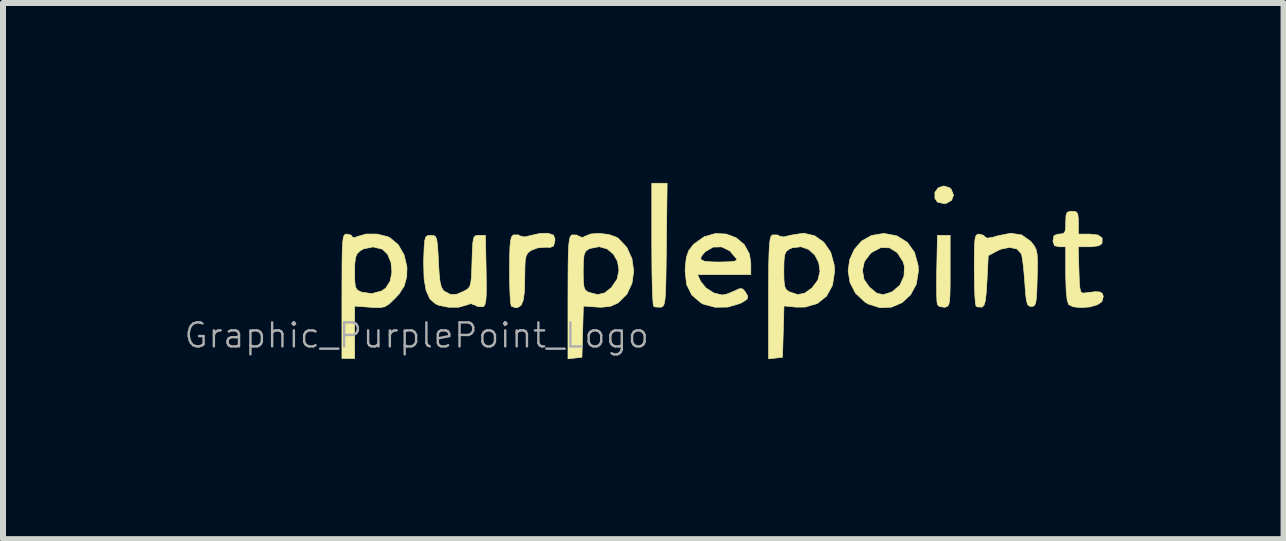
<source format=kicad_pcb>
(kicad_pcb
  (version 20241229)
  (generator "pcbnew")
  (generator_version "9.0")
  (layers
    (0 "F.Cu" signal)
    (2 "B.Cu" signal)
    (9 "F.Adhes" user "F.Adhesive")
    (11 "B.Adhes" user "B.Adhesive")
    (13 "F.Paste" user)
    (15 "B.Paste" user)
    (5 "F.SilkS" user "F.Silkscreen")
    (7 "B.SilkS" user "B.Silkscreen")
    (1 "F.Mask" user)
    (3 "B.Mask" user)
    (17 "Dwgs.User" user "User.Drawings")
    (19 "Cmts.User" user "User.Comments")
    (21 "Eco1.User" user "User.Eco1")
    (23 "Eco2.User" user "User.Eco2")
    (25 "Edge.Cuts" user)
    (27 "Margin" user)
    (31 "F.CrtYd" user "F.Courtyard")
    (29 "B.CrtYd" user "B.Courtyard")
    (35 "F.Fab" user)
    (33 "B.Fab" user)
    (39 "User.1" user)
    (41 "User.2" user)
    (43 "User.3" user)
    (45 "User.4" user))
  (footprint "Graphic_PurplePoint_Logo"
    (layer "F.Cu")
    (at 8.196 1.741)
    (property "Reference" "Graphic_PurplePoint_Logo" (at -4.3 0.8 0) (layer "F.Fab") (effects (font (size 0.4 0.4) (thickness 0.04))))
    (attr exclude_from_pos_files exclude_from_bom)
    (fp_poly (pts (xy 4.58 -1.663) (xy 4.613 -1.632) (xy 4.649 -1.537) (xy 4.616 -1.451) (xy 4.529 -1.401) (xy 4.487 -1.397) (xy 4.382 -1.421) (xy 4.339 -1.484) (xy 4.339 -1.588) (xy 4.397 -1.662) (xy 4.486 -1.691) (xy 4.58 -1.663)) (stroke (width 0.01) (type solid)) (fill yes) (layer "F.SilkS"))
    (fp_poly (pts (xy 4.593 -0.275) (xy 4.593 -0.041) (xy 4.59 0.122) (xy 4.583 0.227) (xy 4.569 0.288) (xy 4.546 0.317) (xy 4.513 0.329) (xy 4.498 0.331) (xy 4.414 0.319) (xy 4.38 0.286) (xy 4.372 0.224) (xy 4.368 0.095) (xy 4.367 -0.083) (xy 4.369 -0.291) (xy 4.37 -0.32) (xy 4.381 -0.868) (xy 4.593 -0.868) (xy 4.593 -0.275)) (stroke (width 0.01) (type solid)) (fill yes) (layer "F.SilkS"))
    (fp_poly (pts (xy -0.137 -0.709) (xy -0.141 -0.388) (xy -0.145 -0.142) (xy -0.15 0.039) (xy -0.157 0.166) (xy -0.167 0.248) (xy -0.182 0.296) (xy -0.201 0.32) (xy -0.226 0.329) (xy -0.235 0.33) (xy -0.319 0.327) (xy -0.351 0.312) (xy -0.359 0.263) (xy -0.367 0.141) (xy -0.373 -0.041) (xy -0.378 -0.271) (xy -0.38 -0.538) (xy -0.381 -0.727) (xy -0.381 -1.736) (xy -0.125 -1.736) (xy -0.137 -0.709)) (stroke (width 0.01) (type solid)) (fill yes) (layer "F.SilkS"))
    (fp_poly (pts (xy -2.104 -0.901) (xy -2.019 -0.871) (xy -1.995 -0.808) (xy -1.998 -0.767) (xy -2.017 -0.692) (xy -2.07 -0.667) (xy -2.151 -0.67) (xy -2.288 -0.658) (xy -2.395 -0.616) (xy -2.443 -0.579) (xy -2.473 -0.531) (xy -2.49 -0.455) (xy -2.496 -0.33) (xy -2.498 -0.156) (xy -2.503 0.065) (xy -2.523 0.213) (xy -2.56 0.3) (xy -2.618 0.336) (xy -2.647 0.339) (xy -2.716 0.317) (xy -2.723 0.31) (xy -2.734 0.26) (xy -2.743 0.141) (xy -2.749 -0.029) (xy -2.752 -0.234) (xy -2.752 -0.284) (xy -2.75 -0.518) (xy -2.745 -0.681) (xy -2.734 -0.785) (xy -2.717 -0.845) (xy -2.691 -0.872) (xy -2.685 -0.875) (xy -2.605 -0.875) (xy -2.577 -0.858) (xy -2.5 -0.841) (xy -2.379 -0.87) (xy -2.243 -0.9) (xy -2.117 -0.903) (xy -2.104 -0.901)) (stroke (width 0.01) (type solid)) (fill yes) (layer "F.SilkS"))
    (fp_poly (pts (xy 3.706 -0.859) (xy 3.879 -0.751) (xy 3.999 -0.584) (xy 4.059 -0.367) (xy 4.064 -0.272) (xy 4.029 -0.054) (xy 3.933 0.124) (xy 3.79 0.255) (xy 3.616 0.329) (xy 3.424 0.339) (xy 3.228 0.277) (xy 3.171 0.243) (xy 3.015 0.096) (xy 2.924 -0.08) (xy 2.893 -0.27) (xy 2.893 -0.275) (xy 3.133 -0.275) (xy 3.157 -0.134) (xy 3.243 -0.01) (xy 3.256 0.003) (xy 3.371 0.097) (xy 3.477 0.121) (xy 3.604 0.082) (xy 3.639 0.064) (xy 3.757 -0.04) (xy 3.824 -0.19) (xy 3.83 -0.354) (xy 3.808 -0.428) (xy 3.711 -0.58) (xy 3.583 -0.66) (xy 3.44 -0.664) (xy 3.294 -0.588) (xy 3.256 -0.554) (xy 3.163 -0.43) (xy 3.133 -0.292) (xy 3.133 -0.275) (xy 2.893 -0.275) (xy 2.917 -0.459) (xy 2.994 -0.631) (xy 3.117 -0.773) (xy 3.284 -0.867) (xy 3.489 -0.9) (xy 3.706 -0.859)) (stroke (width 0.01) (type solid)) (fill yes) (layer "F.SilkS"))
    (fp_poly (pts (xy 2.334 -0.861) (xy 2.488 -0.752) (xy 2.601 -0.587) (xy 2.66 -0.375) (xy 2.667 -0.267) (xy 2.632 -0.036) (xy 2.533 0.145) (xy 2.378 0.269) (xy 2.176 0.328) (xy 2.026 0.329) (xy 1.823 0.309) (xy 1.799 1.164) (xy 1.683 1.178) (xy 1.566 1.191) (xy 1.566 0.171) (xy 1.567 -0.153) (xy 1.568 -0.28) (xy 1.82 -0.28) (xy 1.823 -0.118) (xy 1.834 -0.019) (xy 1.86 0.037) (xy 1.906 0.07) (xy 1.916 0.075) (xy 2.05 0.119) (xy 2.165 0.098) (xy 2.29 0.009) (xy 2.388 -0.122) (xy 2.423 -0.268) (xy 2.403 -0.412) (xy 2.338 -0.538) (xy 2.236 -0.632) (xy 2.107 -0.678) (xy 1.96 -0.66) (xy 1.907 -0.636) (xy 1.861 -0.601) (xy 1.835 -0.542) (xy 1.823 -0.44) (xy 1.82 -0.28) (xy 1.568 -0.28) (xy 1.569 -0.403) (xy 1.574 -0.587) (xy 1.581 -0.716) (xy 1.592 -0.8) (xy 1.606 -0.849) (xy 1.626 -0.871) (xy 1.633 -0.875) (xy 1.713 -0.875) (xy 1.741 -0.858) (xy 1.817 -0.841) (xy 1.946 -0.872) (xy 2.15 -0.904) (xy 2.334 -0.861)) (stroke (width 0.01) (type solid)) (fill yes) (layer "F.SilkS"))
    (fp_poly (pts (xy 6.69 -1.262) (xy 6.721 -1.223) (xy 6.731 -1.131) (xy 6.731 -1.079) (xy 6.731 -0.889) (xy 6.917 -0.889) (xy 7.059 -0.873) (xy 7.127 -0.823) (xy 7.125 -0.734) (xy 7.123 -0.73) (xy 7.071 -0.695) (xy 6.956 -0.678) (xy 6.916 -0.677) (xy 6.728 -0.677) (xy 6.74 -0.286) (xy 6.746 -0.103) (xy 6.755 0.011) (xy 6.771 0.072) (xy 6.799 0.094) (xy 6.843 0.092) (xy 6.858 0.09) (xy 7.007 0.072) (xy 7.092 0.076) (xy 7.132 0.105) (xy 7.146 0.151) (xy 7.123 0.237) (xy 7.048 0.289) (xy 6.92 0.326) (xy 6.774 0.337) (xy 6.645 0.323) (xy 6.57 0.288) (xy 6.544 0.215) (xy 6.527 0.062) (xy 6.52 -0.169) (xy 6.519 -0.22) (xy 6.519 -0.677) (xy 6.413 -0.677) (xy 6.333 -0.695) (xy 6.308 -0.764) (xy 6.308 -0.783) (xy 6.325 -0.864) (xy 6.394 -0.889) (xy 6.413 -0.889) (xy 6.479 -0.897) (xy 6.51 -0.936) (xy 6.519 -1.028) (xy 6.519 -1.079) (xy 6.524 -1.197) (xy 6.545 -1.253) (xy 6.597 -1.269) (xy 6.625 -1.27) (xy 6.69 -1.262)) (stroke (width 0.01) (type solid)) (fill yes) (layer "F.SilkS"))
    (fp_poly (pts (xy 0.859 -0.89) (xy 1.026 -0.827) (xy 1.161 -0.714) (xy 1.247 -0.556) (xy 1.27 -0.401) (xy 1.27 -0.212) (xy 0.383 -0.212) (xy 0.432 -0.103) (xy 0.521 0.008) (xy 0.654 0.093) (xy 0.792 0.127) (xy 0.882 0.108) (xy 0.992 0.062) (xy 0.994 0.061) (xy 1.083 0.02) (xy 1.134 0.025) (xy 1.174 0.069) (xy 1.219 0.144) (xy 1.208 0.196) (xy 1.133 0.246) (xy 1.084 0.27) (xy 0.886 0.328) (xy 0.673 0.331) (xy 0.482 0.28) (xy 0.436 0.256) (xy 0.286 0.126) (xy 0.2 -0.047) (xy 0.175 -0.272) (xy 0.178 -0.347) (xy 0.192 -0.466) (xy 0.436 -0.466) (xy 0.494 -0.437) (xy 0.624 -0.425) (xy 0.743 -0.423) (xy 0.911 -0.427) (xy 1.005 -0.438) (xy 1.037 -0.46) (xy 1.033 -0.476) (xy 0.921 -0.608) (xy 0.784 -0.675) (xy 0.641 -0.672) (xy 0.511 -0.595) (xy 0.508 -0.593) (xy 0.443 -0.516) (xy 0.436 -0.466) (xy 0.192 -0.466) (xy 0.197 -0.505) (xy 0.235 -0.613) (xy 0.304 -0.704) (xy 0.324 -0.725) (xy 0.492 -0.844) (xy 0.676 -0.898) (xy 0.859 -0.89)) (stroke (width 0.01) (type solid)) (fill yes) (layer "F.SilkS"))
    (fp_poly (pts (xy -3.142 -0.285) (xy -3.139 -0.047) (xy -3.14 0.119) (xy -3.148 0.227) (xy -3.163 0.289) (xy -3.186 0.318) (xy -3.196 0.323) (xy -3.281 0.32) (xy -3.321 0.298) (xy -3.399 0.27) (xy -3.466 0.293) (xy -3.601 0.331) (xy -3.77 0.331) (xy -3.932 0.298) (xy -3.988 0.273) (xy -4.081 0.19) (xy -4.143 0.052) (xy -4.177 -0.148) (xy -4.184 -0.419) (xy -4.182 -0.497) (xy -4.175 -0.675) (xy -4.165 -0.784) (xy -4.147 -0.842) (xy -4.116 -0.864) (xy -4.066 -0.868) (xy -4.064 -0.868) (xy -4.016 -0.865) (xy -3.985 -0.846) (xy -3.965 -0.795) (xy -3.952 -0.698) (xy -3.942 -0.54) (xy -3.937 -0.43) (xy -3.925 -0.226) (xy -3.91 -0.09) (xy -3.888 -0.004) (xy -3.857 0.047) (xy -3.834 0.067) (xy -3.736 0.118) (xy -3.635 0.115) (xy -3.513 0.063) (xy -3.457 0.032) (xy -3.421 -0.005) (xy -3.4 -0.065) (xy -3.388 -0.166) (xy -3.381 -0.325) (xy -3.378 -0.434) (xy -3.371 -0.629) (xy -3.363 -0.755) (xy -3.349 -0.826) (xy -3.325 -0.858) (xy -3.286 -0.867) (xy -3.26 -0.868) (xy -3.154 -0.868) (xy -3.142 -0.285)) (stroke (width 0.01) (type solid)) (fill yes) (layer "F.SilkS"))
    (fp_poly (pts (xy -1.099 -0.882) (xy -0.969 -0.837) (xy -0.94 -0.819) (xy -0.797 -0.667) (xy -0.711 -0.478) (xy -0.682 -0.271) (xy -0.711 -0.067) (xy -0.797 0.115) (xy -0.94 0.256) (xy -0.949 0.261) (xy -1.07 0.315) (xy -1.218 0.331) (xy -1.3 0.327) (xy -1.521 0.311) (xy -1.533 0.737) (xy -1.545 1.164) (xy -1.778 1.191) (xy -1.778 0.171) (xy -1.777 -0.153) (xy -1.776 -0.272) (xy -1.524 -0.272) (xy -1.522 -0.108) (xy -1.511 -0.009) (xy -1.488 0.046) (xy -1.445 0.076) (xy -1.429 0.083) (xy -1.284 0.12) (xy -1.166 0.092) (xy -1.055 0.003) (xy -0.959 -0.137) (xy -0.928 -0.287) (xy -0.951 -0.431) (xy -1.02 -0.555) (xy -1.125 -0.642) (xy -1.258 -0.679) (xy -1.409 -0.649) (xy -1.442 -0.634) (xy -1.485 -0.599) (xy -1.51 -0.537) (xy -1.521 -0.43) (xy -1.524 -0.272) (xy -1.776 -0.272) (xy -1.775 -0.403) (xy -1.771 -0.587) (xy -1.764 -0.716) (xy -1.753 -0.8) (xy -1.738 -0.849) (xy -1.718 -0.871) (xy -1.712 -0.875) (xy -1.629 -0.873) (xy -1.598 -0.853) (xy -1.535 -0.83) (xy -1.497 -0.851) (xy -1.397 -0.891) (xy -1.253 -0.9) (xy -1.099 -0.882)) (stroke (width 0.01) (type solid)) (fill yes) (layer "F.SilkS"))
    (fp_poly (pts (xy 5.786 -0.874) (xy 5.933 -0.771) (xy 5.949 -0.752) (xy 5.996 -0.692) (xy 6.026 -0.632) (xy 6.043 -0.554) (xy 6.049 -0.437) (xy 6.047 -0.264) (xy 6.044 -0.154) (xy 6.038 0.052) (xy 6.03 0.187) (xy 6.017 0.266) (xy 5.995 0.305) (xy 5.963 0.317) (xy 5.948 0.318) (xy 5.908 0.31) (xy 5.881 0.278) (xy 5.862 0.205) (xy 5.848 0.075) (xy 5.837 -0.085) (xy 5.822 -0.268) (xy 5.805 -0.425) (xy 5.787 -0.533) (xy 5.779 -0.561) (xy 5.705 -0.641) (xy 5.584 -0.667) (xy 5.437 -0.637) (xy 5.379 -0.61) (xy 5.228 -0.529) (xy 5.207 -0.106) (xy 5.194 0.095) (xy 5.179 0.225) (xy 5.157 0.298) (xy 5.127 0.327) (xy 5.12 0.329) (xy 5.045 0.324) (xy 5.025 0.312) (xy 5.014 0.261) (xy 5.005 0.141) (xy 4.999 -0.03) (xy 4.996 -0.237) (xy 4.995 -0.303) (xy 4.996 -0.537) (xy 4.999 -0.698) (xy 5.007 -0.801) (xy 5.021 -0.859) (xy 5.043 -0.883) (xy 5.076 -0.889) (xy 5.076 -0.889) (xy 5.151 -0.868) (xy 5.173 -0.842) (xy 5.214 -0.82) (xy 5.316 -0.839) (xy 5.378 -0.858) (xy 5.601 -0.903) (xy 5.786 -0.874)) (stroke (width 0.01) (type solid)) (fill yes) (layer "F.SilkS"))
    (fp_poly (pts (xy -4.959 -0.889) (xy -4.785 -0.846) (xy -4.745 -0.827) (xy -4.607 -0.712) (xy -4.509 -0.541) (xy -4.462 -0.339) (xy -4.466 -0.177) (xy -4.508 -0.023) (xy -4.593 0.11) (xy -4.661 0.183) (xy -4.757 0.275) (xy -4.833 0.323) (xy -4.922 0.338) (xy -5.058 0.332) (xy -5.08 0.33) (xy -5.334 0.312) (xy -5.334 1.185) (xy -5.546 1.185) (xy -5.546 0.148) (xy -5.545 -0.174) (xy -5.545 -0.255) (xy -5.334 -0.255) (xy -5.332 -0.101) (xy -5.321 -0.01) (xy -5.293 0.04) (xy -5.241 0.07) (xy -5.218 0.079) (xy -5.046 0.104) (xy -4.884 0.059) (xy -4.816 0.012) (xy -4.742 -0.104) (xy -4.713 -0.256) (xy -4.728 -0.415) (xy -4.785 -0.553) (xy -4.871 -0.637) (xy -5.027 -0.675) (xy -5.186 -0.642) (xy -5.24 -0.611) (xy -5.291 -0.565) (xy -5.319 -0.499) (xy -5.332 -0.391) (xy -5.334 -0.255) (xy -5.545 -0.255) (xy -5.544 -0.422) (xy -5.541 -0.604) (xy -5.535 -0.732) (xy -5.526 -0.814) (xy -5.513 -0.861) (xy -5.495 -0.883) (xy -5.471 -0.889) (xy -5.461 -0.889) (xy -5.392 -0.871) (xy -5.376 -0.845) (xy -5.347 -0.825) (xy -5.289 -0.848) (xy -5.141 -0.89) (xy -4.959 -0.889)) (stroke (width 0.01) (type solid)) (fill yes) (layer "F.SilkS")))
  (gr_rect
    (start -3 -3)
    (end 18.347 5.937)
    (stroke (width 0.1) (type default))
    (fill no)
    (layer "Edge.Cuts")))
</source>
